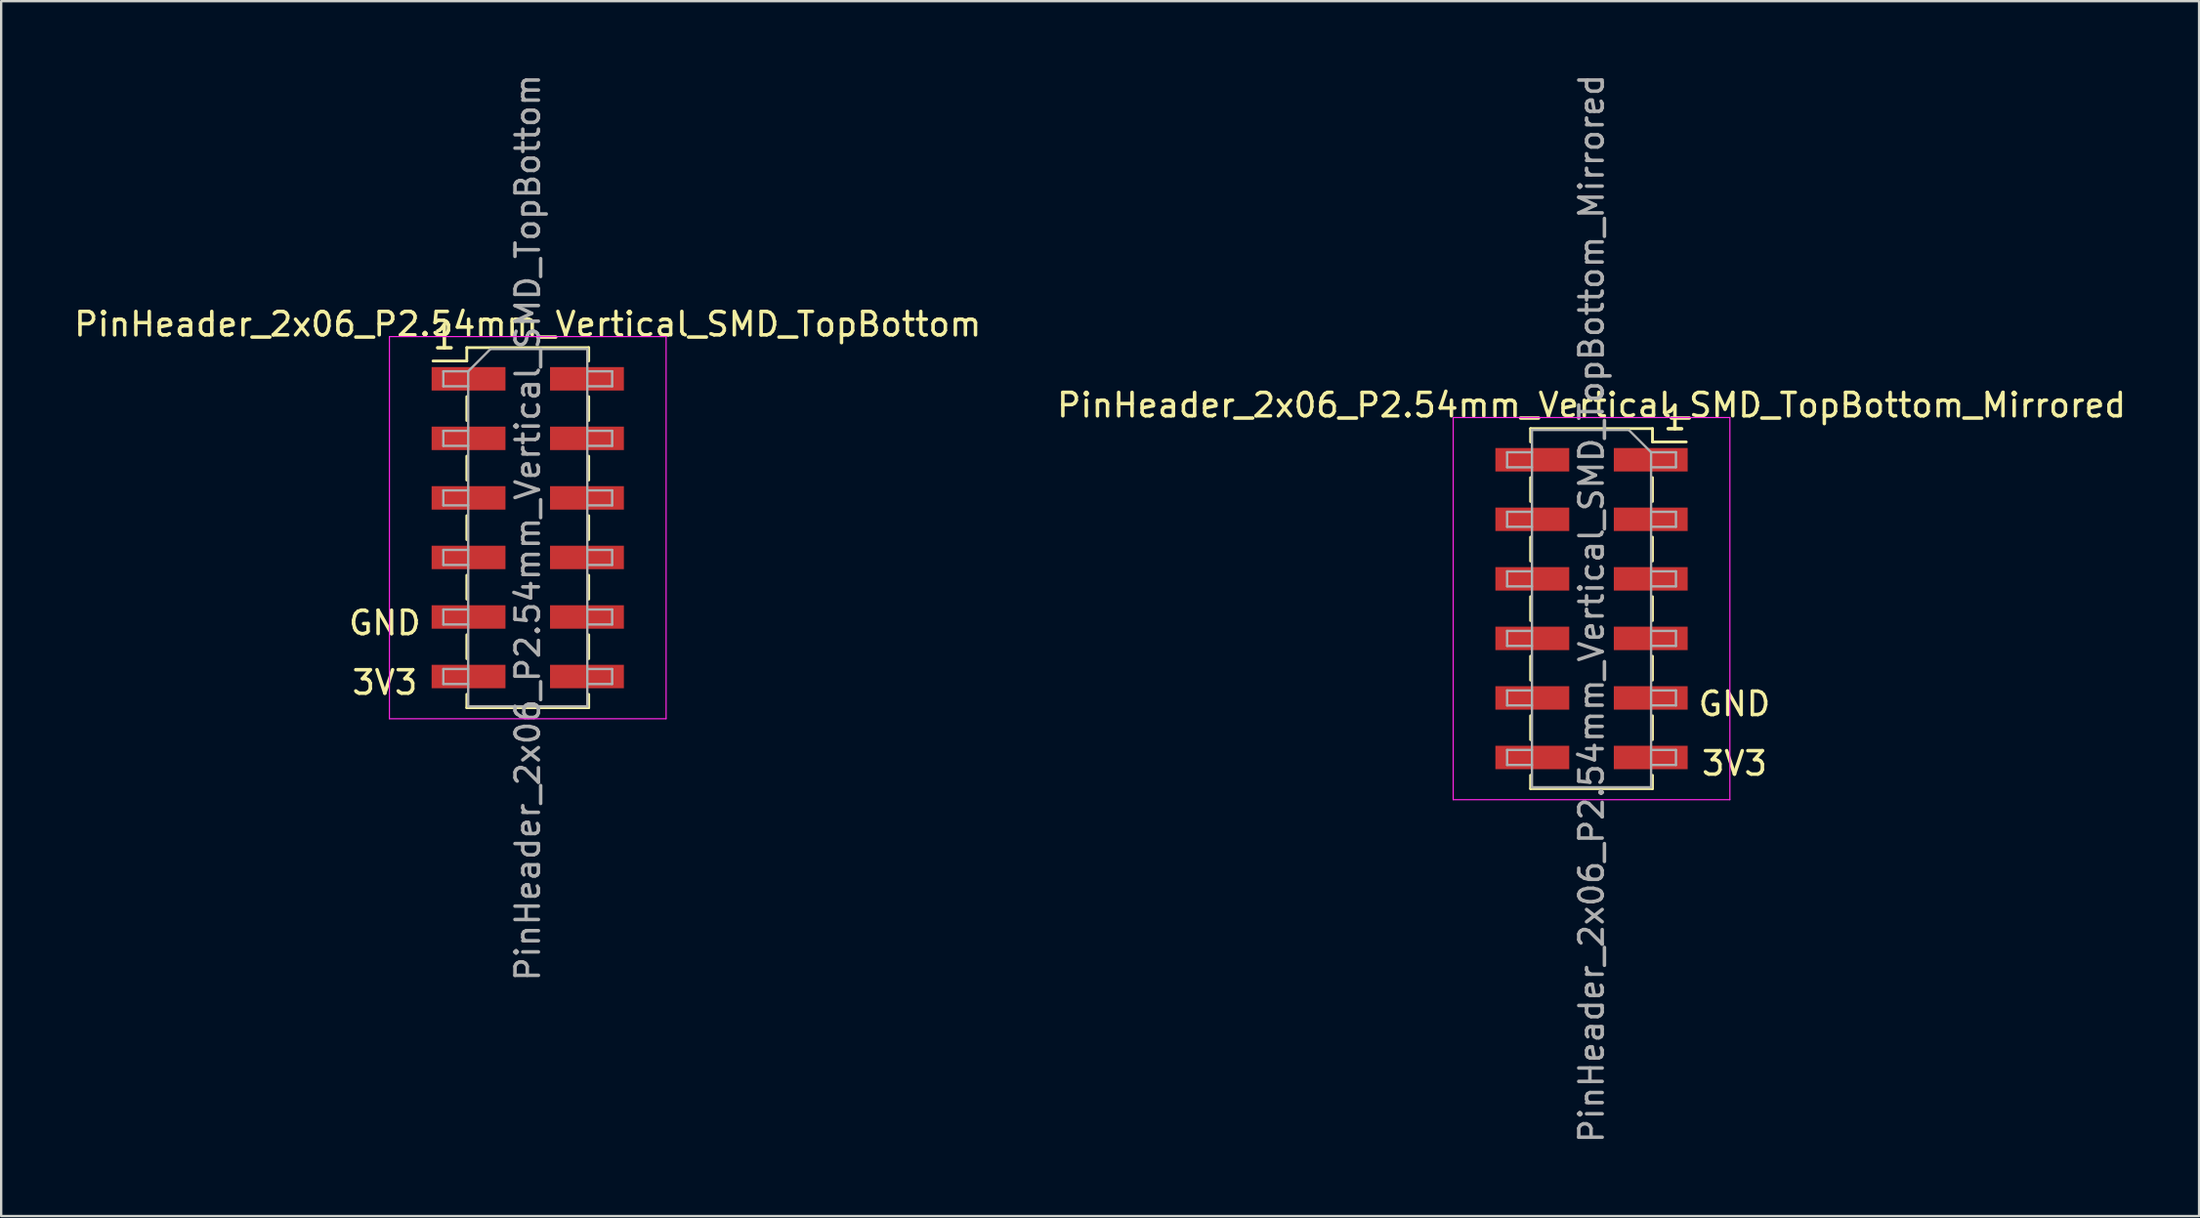
<source format=kicad_pcb>
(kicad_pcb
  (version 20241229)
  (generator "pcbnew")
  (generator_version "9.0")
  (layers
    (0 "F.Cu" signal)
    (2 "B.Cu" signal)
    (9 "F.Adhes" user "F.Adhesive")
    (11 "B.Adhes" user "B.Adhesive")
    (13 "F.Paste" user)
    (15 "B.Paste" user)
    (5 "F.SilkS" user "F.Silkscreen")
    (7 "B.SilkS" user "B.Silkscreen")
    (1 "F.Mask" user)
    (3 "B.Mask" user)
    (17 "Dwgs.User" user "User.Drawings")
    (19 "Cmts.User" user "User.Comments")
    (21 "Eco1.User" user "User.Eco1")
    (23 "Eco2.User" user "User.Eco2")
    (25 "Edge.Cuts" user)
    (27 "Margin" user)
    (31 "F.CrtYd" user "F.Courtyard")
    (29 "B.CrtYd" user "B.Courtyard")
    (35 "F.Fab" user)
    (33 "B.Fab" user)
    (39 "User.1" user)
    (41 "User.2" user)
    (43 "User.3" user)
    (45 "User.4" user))
  (footprint "PinHeader_2x06_P2.54mm_Vertical_SMD_TopBottom_Mirrored"
    (layer "F.Cu")
    (at 64.827 22.911)
    (property "Reference" "PinHeader_2x06_P2.54mm_Vertical_SMD_TopBottom_Mirrored" (at 0 -8.68 0) (layer "F.SilkS") (effects (font (size 1 1) (thickness 0.15))))
    (attr smd)
    (fp_line (start -2.6 -7.68) (end -2.6 -7.11) (stroke (width 0.12) (type solid)) (layer "F.SilkS"))
    (fp_line (start -2.6 -5.59) (end -2.6 -4.57) (stroke (width 0.12) (type solid)) (layer "F.SilkS"))
    (fp_line (start -2.6 -3.05) (end -2.6 -2.03) (stroke (width 0.12) (type solid)) (layer "F.SilkS"))
    (fp_line (start -2.6 -0.51) (end -2.6 0.51) (stroke (width 0.12) (type solid)) (layer "F.SilkS"))
    (fp_line (start -2.6 2.03) (end -2.6 3.05) (stroke (width 0.12) (type solid)) (layer "F.SilkS"))
    (fp_line (start -2.6 4.57) (end -2.6 5.59) (stroke (width 0.12) (type solid)) (layer "F.SilkS"))
    (fp_line (start -2.6 7.11) (end -2.6 7.68) (stroke (width 0.12) (type solid)) (layer "F.SilkS"))
    (fp_line (start 2.6 -7.68) (end -2.6 -7.68) (stroke (width 0.12) (type solid)) (layer "F.SilkS"))
    (fp_line (start 2.6 -7.68) (end 2.6 -7.11) (stroke (width 0.12) (type solid)) (layer "F.SilkS"))
    (fp_line (start 2.6 -5.59) (end 2.6 -4.57) (stroke (width 0.12) (type solid)) (layer "F.SilkS"))
    (fp_line (start 2.6 -3.05) (end 2.6 -2.03) (stroke (width 0.12) (type solid)) (layer "F.SilkS"))
    (fp_line (start 2.6 -0.51) (end 2.6 0.51) (stroke (width 0.12) (type solid)) (layer "F.SilkS"))
    (fp_line (start 2.6 2.03) (end 2.6 3.05) (stroke (width 0.12) (type solid)) (layer "F.SilkS"))
    (fp_line (start 2.6 4.57) (end 2.6 5.59) (stroke (width 0.12) (type solid)) (layer "F.SilkS"))
    (fp_line (start 2.6 7.11) (end 2.6 7.68) (stroke (width 0.12) (type solid)) (layer "F.SilkS"))
    (fp_line (start 2.6 7.68) (end -2.6 7.68) (stroke (width 0.12) (type solid)) (layer "F.SilkS"))
    (fp_line (start 4.04 -7.11) (end 2.6 -7.11) (stroke (width 0.12) (type solid)) (layer "F.SilkS"))
    (fp_line (start -5.9 -8.15) (end 5.9 -8.15) (stroke (width 0.05) (type solid)) (layer "F.CrtYd"))
    (fp_line (start -5.9 8.15) (end -5.9 -8.15) (stroke (width 0.05) (type solid)) (layer "F.CrtYd"))
    (fp_line (start 5.9 -8.15) (end 5.9 8.15) (stroke (width 0.05) (type solid)) (layer "F.CrtYd"))
    (fp_line (start 5.9 8.15) (end -5.9 8.15) (stroke (width 0.05) (type solid)) (layer "F.CrtYd"))
    (fp_line (start -3.6 -6.67) (end -3.6 -6.03) (stroke (width 0.1) (type solid)) (layer "F.Fab"))
    (fp_line (start -3.6 -6.03) (end -2.54 -6.03) (stroke (width 0.1) (type solid)) (layer "F.Fab"))
    (fp_line (start -3.6 -4.13) (end -3.6 -3.49) (stroke (width 0.1) (type solid)) (layer "F.Fab"))
    (fp_line (start -3.6 -3.49) (end -2.54 -3.49) (stroke (width 0.1) (type solid)) (layer "F.Fab"))
    (fp_line (start -3.6 -1.59) (end -3.6 -0.95) (stroke (width 0.1) (type solid)) (layer "F.Fab"))
    (fp_line (start -3.6 -0.95) (end -2.54 -0.95) (stroke (width 0.1) (type solid)) (layer "F.Fab"))
    (fp_line (start -3.6 0.95) (end -3.6 1.59) (stroke (width 0.1) (type solid)) (layer "F.Fab"))
    (fp_line (start -3.6 1.59) (end -2.54 1.59) (stroke (width 0.1) (type solid)) (layer "F.Fab"))
    (fp_line (start -3.6 3.49) (end -3.6 4.13) (stroke (width 0.1) (type solid)) (layer "F.Fab"))
    (fp_line (start -3.6 4.13) (end -2.54 4.13) (stroke (width 0.1) (type solid)) (layer "F.Fab"))
    (fp_line (start -3.6 6.03) (end -3.6 6.67) (stroke (width 0.1) (type solid)) (layer "F.Fab"))
    (fp_line (start -3.6 6.67) (end -2.54 6.67) (stroke (width 0.1) (type solid)) (layer "F.Fab"))
    (fp_line (start -2.54 -7.62) (end -2.54 7.62) (stroke (width 0.1) (type solid)) (layer "F.Fab"))
    (fp_line (start -2.54 -6.67) (end -3.6 -6.67) (stroke (width 0.1) (type solid)) (layer "F.Fab"))
    (fp_line (start -2.54 -4.13) (end -3.6 -4.13) (stroke (width 0.1) (type solid)) (layer "F.Fab"))
    (fp_line (start -2.54 -1.59) (end -3.6 -1.59) (stroke (width 0.1) (type solid)) (layer "F.Fab"))
    (fp_line (start -2.54 0.95) (end -3.6 0.95) (stroke (width 0.1) (type solid)) (layer "F.Fab"))
    (fp_line (start -2.54 3.49) (end -3.6 3.49) (stroke (width 0.1) (type solid)) (layer "F.Fab"))
    (fp_line (start -2.54 6.03) (end -3.6 6.03) (stroke (width 0.1) (type solid)) (layer "F.Fab"))
    (fp_line (start -2.54 7.62) (end 2.54 7.62) (stroke (width 0.1) (type solid)) (layer "F.Fab"))
    (fp_line (start 1.59 -7.62) (end -2.54 -7.62) (stroke (width 0.1) (type solid)) (layer "F.Fab"))
    (fp_line (start 2.54 -6.67) (end 1.59 -7.62) (stroke (width 0.1) (type solid)) (layer "F.Fab"))
    (fp_line (start 2.54 -6.67) (end 3.6 -6.67) (stroke (width 0.1) (type solid)) (layer "F.Fab"))
    (fp_line (start 2.54 -4.13) (end 3.6 -4.13) (stroke (width 0.1) (type solid)) (layer "F.Fab"))
    (fp_line (start 2.54 -1.59) (end 3.6 -1.59) (stroke (width 0.1) (type solid)) (layer "F.Fab"))
    (fp_line (start 2.54 0.95) (end 3.6 0.95) (stroke (width 0.1) (type solid)) (layer "F.Fab"))
    (fp_line (start 2.54 3.49) (end 3.6 3.49) (stroke (width 0.1) (type solid)) (layer "F.Fab"))
    (fp_line (start 2.54 6.03) (end 3.6 6.03) (stroke (width 0.1) (type solid)) (layer "F.Fab"))
    (fp_line (start 2.54 7.62) (end 2.54 -6.67) (stroke (width 0.1) (type solid)) (layer "F.Fab"))
    (fp_line (start 3.6 -6.67) (end 3.6 -6.03) (stroke (width 0.1) (type solid)) (layer "F.Fab"))
    (fp_line (start 3.6 -6.03) (end 2.54 -6.03) (stroke (width 0.1) (type solid)) (layer "F.Fab"))
    (fp_line (start 3.6 -4.13) (end 3.6 -3.49) (stroke (width 0.1) (type solid)) (layer "F.Fab"))
    (fp_line (start 3.6 -3.49) (end 2.54 -3.49) (stroke (width 0.1) (type solid)) (layer "F.Fab"))
    (fp_line (start 3.6 -1.59) (end 3.6 -0.95) (stroke (width 0.1) (type solid)) (layer "F.Fab"))
    (fp_line (start 3.6 -0.95) (end 2.54 -0.95) (stroke (width 0.1) (type solid)) (layer "F.Fab"))
    (fp_line (start 3.6 0.95) (end 3.6 1.59) (stroke (width 0.1) (type solid)) (layer "F.Fab"))
    (fp_line (start 3.6 1.59) (end 2.54 1.59) (stroke (width 0.1) (type solid)) (layer "F.Fab"))
    (fp_line (start 3.6 3.49) (end 3.6 4.13) (stroke (width 0.1) (type solid)) (layer "F.Fab"))
    (fp_line (start 3.6 4.13) (end 2.54 4.13) (stroke (width 0.1) (type solid)) (layer "F.Fab"))
    (fp_line (start 3.6 6.03) (end 3.6 6.67) (stroke (width 0.1) (type solid)) (layer "F.Fab"))
    (fp_line (start 3.6 6.67) (end 2.54 6.67) (stroke (width 0.1) (type solid)) (layer "F.Fab"))
    (fp_text user "3V3" (at 6.096 6.604 0) (layer "F.SilkS") (effects (font (size 1 1) (thickness 0.15))))
    (fp_text user "1" (at 3.556 -8.128 0) (layer "F.SilkS") (effects (font (size 1 1) (thickness 0.15))))
    (fp_text user "GND" (at 6.096 4.064 0) (layer "F.SilkS") (effects (font (size 1 1) (thickness 0.15))))
    (fp_text user "${REFERENCE}" (at 0 0 90) (layer "F.Fab") (effects (font (size 1 1) (thickness 0.15))))
    (pad "1" smd rect (at 2.525 -6.35) (size 3.15 1) (layers "F.Cu" "F.Mask" "F.Paste"))
    (pad "2" smd rect (at 2.525 -3.81) (size 3.15 1) (layers "F.Cu" "F.Mask" "F.Paste"))
    (pad "3" smd rect (at 2.525 -1.27) (size 3.15 1) (layers "F.Cu" "F.Mask" "F.Paste"))
    (pad "4" smd rect (at 2.525 1.27) (size 3.15 1) (layers "F.Cu" "F.Mask" "F.Paste"))
    (pad "5" smd rect (at 2.525 3.81) (size 3.15 1) (layers "F.Cu" "F.Mask" "F.Paste"))
    (pad "6" smd rect (at 2.525 6.35) (size 3.15 1) (layers "F.Cu" "F.Mask" "F.Paste"))
    (pad "7" smd rect (at -2.525 -6.35) (size 3.15 1) (layers "F.Cu" "F.Mask" "F.Paste"))
    (pad "8" smd rect (at -2.525 -3.81) (size 3.15 1) (layers "F.Cu" "F.Mask" "F.Paste"))
    (pad "9" smd rect (at -2.525 -1.27) (size 3.15 1) (layers "F.Cu" "F.Mask" "F.Paste"))
    (pad "10" smd rect (at -2.525 1.27) (size 3.15 1) (layers "F.Cu" "F.Mask" "F.Paste"))
    (pad "11" smd rect (at -2.525 3.81) (size 3.15 1) (layers "F.Cu" "F.Mask" "F.Paste"))
    (pad "12" smd rect (at -2.525 6.35) (size 3.15 1) (layers "F.Cu" "F.Mask" "F.Paste")))
  (footprint "PinHeader_2x06_P2.54mm_Vertical_SMD_TopBottom"
    (layer "F.Cu")
    (at 19.458 19.458)
    (property "Reference" "PinHeader_2x06_P2.54mm_Vertical_SMD_TopBottom" (at 0 -8.68 0) (layer "F.SilkS") (effects (font (size 1 1) (thickness 0.15))))
    (attr smd)
    (fp_line (start -4.04 -7.11) (end -2.6 -7.11) (stroke (width 0.12) (type solid)) (layer "F.SilkS"))
    (fp_line (start -2.6 -7.68) (end -2.6 -7.11) (stroke (width 0.12) (type solid)) (layer "F.SilkS"))
    (fp_line (start -2.6 -7.68) (end 2.6 -7.68) (stroke (width 0.12) (type solid)) (layer "F.SilkS"))
    (fp_line (start -2.6 -5.59) (end -2.6 -4.57) (stroke (width 0.12) (type solid)) (layer "F.SilkS"))
    (fp_line (start -2.6 -3.05) (end -2.6 -2.03) (stroke (width 0.12) (type solid)) (layer "F.SilkS"))
    (fp_line (start -2.6 -0.51) (end -2.6 0.51) (stroke (width 0.12) (type solid)) (layer "F.SilkS"))
    (fp_line (start -2.6 2.03) (end -2.6 3.05) (stroke (width 0.12) (type solid)) (layer "F.SilkS"))
    (fp_line (start -2.6 4.57) (end -2.6 5.59) (stroke (width 0.12) (type solid)) (layer "F.SilkS"))
    (fp_line (start -2.6 7.11) (end -2.6 7.68) (stroke (width 0.12) (type solid)) (layer "F.SilkS"))
    (fp_line (start -2.6 7.68) (end 2.6 7.68) (stroke (width 0.12) (type solid)) (layer "F.SilkS"))
    (fp_line (start 2.6 -7.68) (end 2.6 -7.11) (stroke (width 0.12) (type solid)) (layer "F.SilkS"))
    (fp_line (start 2.6 -5.59) (end 2.6 -4.57) (stroke (width 0.12) (type solid)) (layer "F.SilkS"))
    (fp_line (start 2.6 -3.05) (end 2.6 -2.03) (stroke (width 0.12) (type solid)) (layer "F.SilkS"))
    (fp_line (start 2.6 -0.51) (end 2.6 0.51) (stroke (width 0.12) (type solid)) (layer "F.SilkS"))
    (fp_line (start 2.6 2.03) (end 2.6 3.05) (stroke (width 0.12) (type solid)) (layer "F.SilkS"))
    (fp_line (start 2.6 4.57) (end 2.6 5.59) (stroke (width 0.12) (type solid)) (layer "F.SilkS"))
    (fp_line (start 2.6 7.11) (end 2.6 7.68) (stroke (width 0.12) (type solid)) (layer "F.SilkS"))
    (fp_line (start -5.9 -8.15) (end -5.9 8.15) (stroke (width 0.05) (type solid)) (layer "F.CrtYd"))
    (fp_line (start -5.9 8.15) (end 5.9 8.15) (stroke (width 0.05) (type solid)) (layer "F.CrtYd"))
    (fp_line (start 5.9 -8.15) (end -5.9 -8.15) (stroke (width 0.05) (type solid)) (layer "F.CrtYd"))
    (fp_line (start 5.9 8.15) (end 5.9 -8.15) (stroke (width 0.05) (type solid)) (layer "F.CrtYd"))
    (fp_line (start -3.6 -6.67) (end -3.6 -6.03) (stroke (width 0.1) (type solid)) (layer "F.Fab"))
    (fp_line (start -3.6 -6.03) (end -2.54 -6.03) (stroke (width 0.1) (type solid)) (layer "F.Fab"))
    (fp_line (start -3.6 -4.13) (end -3.6 -3.49) (stroke (width 0.1) (type solid)) (layer "F.Fab"))
    (fp_line (start -3.6 -3.49) (end -2.54 -3.49) (stroke (width 0.1) (type solid)) (layer "F.Fab"))
    (fp_line (start -3.6 -1.59) (end -3.6 -0.95) (stroke (width 0.1) (type solid)) (layer "F.Fab"))
    (fp_line (start -3.6 -0.95) (end -2.54 -0.95) (stroke (width 0.1) (type solid)) (layer "F.Fab"))
    (fp_line (start -3.6 0.95) (end -3.6 1.59) (stroke (width 0.1) (type solid)) (layer "F.Fab"))
    (fp_line (start -3.6 1.59) (end -2.54 1.59) (stroke (width 0.1) (type solid)) (layer "F.Fab"))
    (fp_line (start -3.6 3.49) (end -3.6 4.13) (stroke (width 0.1) (type solid)) (layer "F.Fab"))
    (fp_line (start -3.6 4.13) (end -2.54 4.13) (stroke (width 0.1) (type solid)) (layer "F.Fab"))
    (fp_line (start -3.6 6.03) (end -3.6 6.67) (stroke (width 0.1) (type solid)) (layer "F.Fab"))
    (fp_line (start -3.6 6.67) (end -2.54 6.67) (stroke (width 0.1) (type solid)) (layer "F.Fab"))
    (fp_line (start -2.54 -6.67) (end -3.6 -6.67) (stroke (width 0.1) (type solid)) (layer "F.Fab"))
    (fp_line (start -2.54 -6.67) (end -1.59 -7.62) (stroke (width 0.1) (type solid)) (layer "F.Fab"))
    (fp_line (start -2.54 -4.13) (end -3.6 -4.13) (stroke (width 0.1) (type solid)) (layer "F.Fab"))
    (fp_line (start -2.54 -1.59) (end -3.6 -1.59) (stroke (width 0.1) (type solid)) (layer "F.Fab"))
    (fp_line (start -2.54 0.95) (end -3.6 0.95) (stroke (width 0.1) (type solid)) (layer "F.Fab"))
    (fp_line (start -2.54 3.49) (end -3.6 3.49) (stroke (width 0.1) (type solid)) (layer "F.Fab"))
    (fp_line (start -2.54 6.03) (end -3.6 6.03) (stroke (width 0.1) (type solid)) (layer "F.Fab"))
    (fp_line (start -2.54 7.62) (end -2.54 -6.67) (stroke (width 0.1) (type solid)) (layer "F.Fab"))
    (fp_line (start -1.59 -7.62) (end 2.54 -7.62) (stroke (width 0.1) (type solid)) (layer "F.Fab"))
    (fp_line (start 2.54 -7.62) (end 2.54 7.62) (stroke (width 0.1) (type solid)) (layer "F.Fab"))
    (fp_line (start 2.54 -6.67) (end 3.6 -6.67) (stroke (width 0.1) (type solid)) (layer "F.Fab"))
    (fp_line (start 2.54 -4.13) (end 3.6 -4.13) (stroke (width 0.1) (type solid)) (layer "F.Fab"))
    (fp_line (start 2.54 -1.59) (end 3.6 -1.59) (stroke (width 0.1) (type solid)) (layer "F.Fab"))
    (fp_line (start 2.54 0.95) (end 3.6 0.95) (stroke (width 0.1) (type solid)) (layer "F.Fab"))
    (fp_line (start 2.54 3.49) (end 3.6 3.49) (stroke (width 0.1) (type solid)) (layer "F.Fab"))
    (fp_line (start 2.54 6.03) (end 3.6 6.03) (stroke (width 0.1) (type solid)) (layer "F.Fab"))
    (fp_line (start 2.54 7.62) (end -2.54 7.62) (stroke (width 0.1) (type solid)) (layer "F.Fab"))
    (fp_line (start 3.6 -6.67) (end 3.6 -6.03) (stroke (width 0.1) (type solid)) (layer "F.Fab"))
    (fp_line (start 3.6 -6.03) (end 2.54 -6.03) (stroke (width 0.1) (type solid)) (layer "F.Fab"))
    (fp_line (start 3.6 -4.13) (end 3.6 -3.49) (stroke (width 0.1) (type solid)) (layer "F.Fab"))
    (fp_line (start 3.6 -3.49) (end 2.54 -3.49) (stroke (width 0.1) (type solid)) (layer "F.Fab"))
    (fp_line (start 3.6 -1.59) (end 3.6 -0.95) (stroke (width 0.1) (type solid)) (layer "F.Fab"))
    (fp_line (start 3.6 -0.95) (end 2.54 -0.95) (stroke (width 0.1) (type solid)) (layer "F.Fab"))
    (fp_line (start 3.6 0.95) (end 3.6 1.59) (stroke (width 0.1) (type solid)) (layer "F.Fab"))
    (fp_line (start 3.6 1.59) (end 2.54 1.59) (stroke (width 0.1) (type solid)) (layer "F.Fab"))
    (fp_line (start 3.6 3.49) (end 3.6 4.13) (stroke (width 0.1) (type solid)) (layer "F.Fab"))
    (fp_line (start 3.6 4.13) (end 2.54 4.13) (stroke (width 0.1) (type solid)) (layer "F.Fab"))
    (fp_line (start 3.6 6.03) (end 3.6 6.67) (stroke (width 0.1) (type solid)) (layer "F.Fab"))
    (fp_line (start 3.6 6.67) (end 2.54 6.67) (stroke (width 0.1) (type solid)) (layer "F.Fab"))
    (fp_text user "3V3" (at -6.096 6.604 0) (layer "F.SilkS") (effects (font (size 1 1) (thickness 0.15))))
    (fp_text user "1" (at -3.556 -8.128 0) (layer "F.SilkS") (effects (font (size 1 1) (thickness 0.15))))
    (fp_text user "GND" (at -6.096 4.064 0) (layer "F.SilkS") (effects (font (size 1 1) (thickness 0.15))))
    (fp_text user "${REFERENCE}" (at 0 0 90) (layer "F.Fab") (effects (font (size 1 1) (thickness 0.15))))
    (pad "1" smd rect (at -2.525 -6.35) (size 3.15 1) (layers "F.Cu" "F.Mask" "F.Paste"))
    (pad "2" smd rect (at -2.525 -3.81) (size 3.15 1) (layers "F.Cu" "F.Mask" "F.Paste"))
    (pad "3" smd rect (at -2.525 -1.27) (size 3.15 1) (layers "F.Cu" "F.Mask" "F.Paste"))
    (pad "4" smd rect (at -2.525 1.27) (size 3.15 1) (layers "F.Cu" "F.Mask" "F.Paste"))
    (pad "5" smd rect (at -2.525 3.81) (size 3.15 1) (layers "F.Cu" "F.Mask" "F.Paste"))
    (pad "6" smd rect (at -2.525 6.35) (size 3.15 1) (layers "F.Cu" "F.Mask" "F.Paste"))
    (pad "7" smd rect (at 2.525 -6.35) (size 3.15 1) (layers "F.Cu" "F.Mask" "F.Paste"))
    (pad "8" smd rect (at 2.525 -3.81) (size 3.15 1) (layers "F.Cu" "F.Mask" "F.Paste"))
    (pad "9" smd rect (at 2.525 -1.27) (size 3.15 1) (layers "F.Cu" "F.Mask" "F.Paste"))
    (pad "10" smd rect (at 2.525 1.27) (size 3.15 1) (layers "F.Cu" "F.Mask" "F.Paste"))
    (pad "11" smd rect (at 2.525 3.81) (size 3.15 1) (layers "F.Cu" "F.Mask" "F.Paste"))
    (pad "12" smd rect (at 2.525 6.35) (size 3.15 1) (layers "F.Cu" "F.Mask" "F.Paste")))
  (gr_rect
    (start -3 -3)
    (end 90.738 48.821)
    (stroke (width 0.1) (type default))
    (fill no)
    (layer "Edge.Cuts")))
</source>
